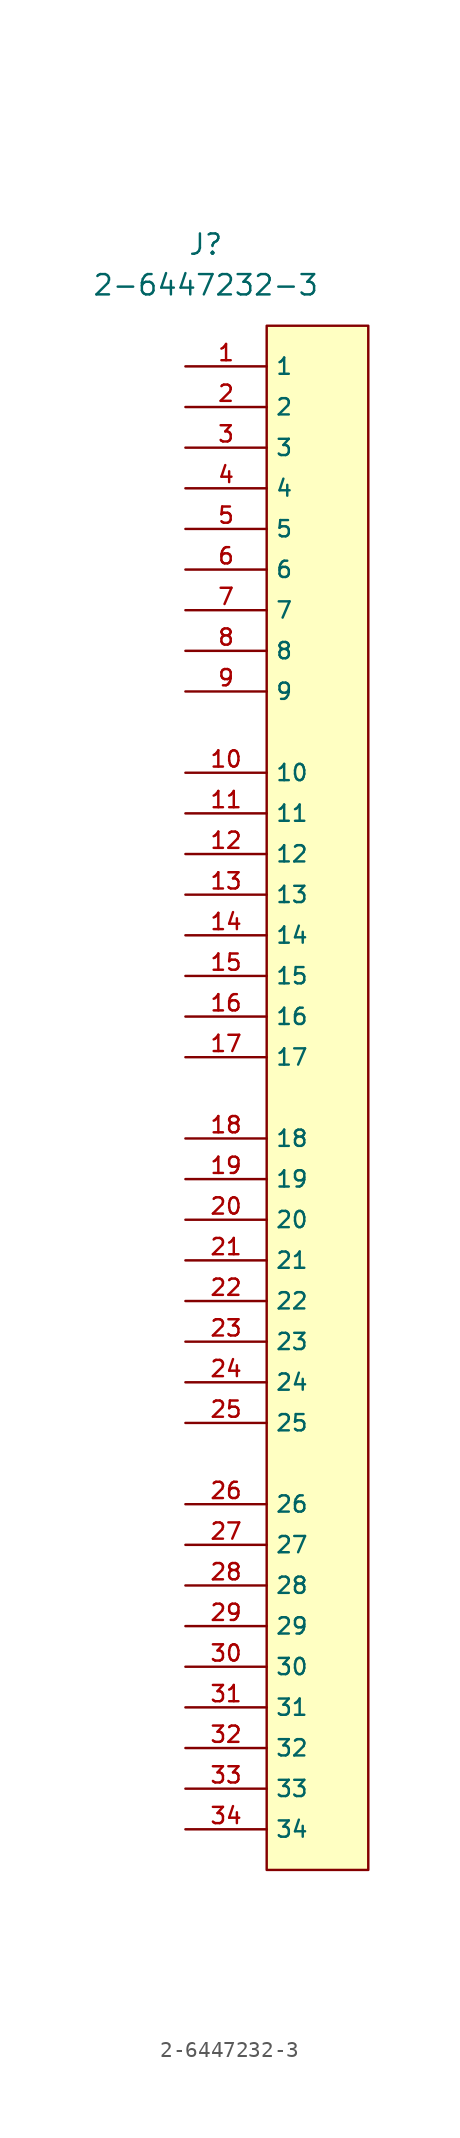
<source format=kicad_sym>
(kicad_symbol_lib
  (version 20211014)
  (generator kicad_symbol_editor)
  (symbol "2-6447232-3"
    (property "Reference" "J"
      (at 1.27 7.62 0)
      (effects (font (size 1.27 1.27))))
    (property "Value" "2-6447232-3"
      (at 1.27 5.08 0)
      (effects (font (size 1.27 1.27))))
    (symbol "2-6447232-3_1_0"
      (pin passive line (at 0 0 0) (length 5.08) (name "1" (effects (font (size 1.016 1.016)))) (number "1" (effects (font (size 1.016 1.016)))))
      (pin passive line (at 0 -25.4 0) (length 5.08) (name "10" (effects (font (size 1.016 1.016)))) (number "10" (effects (font (size 1.016 1.016)))))
      (pin passive line (at 0 -27.94 0) (length 5.08) (name "11" (effects (font (size 1.016 1.016)))) (number "11" (effects (font (size 1.016 1.016)))))
      (pin passive line (at 0 -30.48 0) (length 5.08) (name "12" (effects (font (size 1.016 1.016)))) (number "12" (effects (font (size 1.016 1.016)))))
      (pin passive line (at 0 -33.02 0) (length 5.08) (name "13" (effects (font (size 1.016 1.016)))) (number "13" (effects (font (size 1.016 1.016)))))
      (pin passive line (at 0 -35.56 0) (length 5.08) (name "14" (effects (font (size 1.016 1.016)))) (number "14" (effects (font (size 1.016 1.016)))))
      (pin passive line (at 0 -38.1 0) (length 5.08) (name "15" (effects (font (size 1.016 1.016)))) (number "15" (effects (font (size 1.016 1.016)))))
      (pin passive line (at 0 -40.64 0) (length 5.08) (name "16" (effects (font (size 1.016 1.016)))) (number "16" (effects (font (size 1.016 1.016)))))
      (pin passive line (at 0 -43.18 0) (length 5.08) (name "17" (effects (font (size 1.016 1.016)))) (number "17" (effects (font (size 1.016 1.016)))))
      (pin passive line (at 0 -48.26 0) (length 5.08) (name "18" (effects (font (size 1.016 1.016)))) (number "18" (effects (font (size 1.016 1.016)))))
      (pin passive line (at 0 -50.8 0) (length 5.08) (name "19" (effects (font (size 1.016 1.016)))) (number "19" (effects (font (size 1.016 1.016)))))
      (pin passive line (at 0 -2.54 0) (length 5.08) (name "2" (effects (font (size 1.016 1.016)))) (number "2" (effects (font (size 1.016 1.016)))))
      (pin passive line (at 0 -53.34 0) (length 5.08) (name "20" (effects (font (size 1.016 1.016)))) (number "20" (effects (font (size 1.016 1.016)))))
      (pin passive line (at 0 -55.88 0) (length 5.08) (name "21" (effects (font (size 1.016 1.016)))) (number "21" (effects (font (size 1.016 1.016)))))
      (pin passive line (at 0 -58.42 0) (length 5.08) (name "22" (effects (font (size 1.016 1.016)))) (number "22" (effects (font (size 1.016 1.016)))))
      (pin passive line (at 0 -60.96 0) (length 5.08) (name "23" (effects (font (size 1.016 1.016)))) (number "23" (effects (font (size 1.016 1.016)))))
      (pin passive line (at 0 -63.5 0) (length 5.08) (name "24" (effects (font (size 1.016 1.016)))) (number "24" (effects (font (size 1.016 1.016)))))
      (pin passive line (at 0 -66.04 0) (length 5.08) (name "25" (effects (font (size 1.016 1.016)))) (number "25" (effects (font (size 1.016 1.016)))))
      (pin passive line (at 0 -71.12 0) (length 5.08) (name "26" (effects (font (size 1.016 1.016)))) (number "26" (effects (font (size 1.016 1.016)))))
      (pin passive line (at 0 -73.66 0) (length 5.08) (name "27" (effects (font (size 1.016 1.016)))) (number "27" (effects (font (size 1.016 1.016)))))
      (pin passive line (at 0 -76.2 0) (length 5.08) (name "28" (effects (font (size 1.016 1.016)))) (number "28" (effects (font (size 1.016 1.016)))))
      (pin passive line (at 0 -78.74 0) (length 5.08) (name "29" (effects (font (size 1.016 1.016)))) (number "29" (effects (font (size 1.016 1.016)))))
      (pin passive line (at 0 -5.08 0) (length 5.08) (name "3" (effects (font (size 1.016 1.016)))) (number "3" (effects (font (size 1.016 1.016)))))
      (pin passive line (at 0 -81.28 0) (length 5.08) (name "30" (effects (font (size 1.016 1.016)))) (number "30" (effects (font (size 1.016 1.016)))))
      (pin passive line (at 0 -83.82 0) (length 5.08) (name "31" (effects (font (size 1.016 1.016)))) (number "31" (effects (font (size 1.016 1.016)))))
      (pin passive line (at 0 -86.36 0) (length 5.08) (name "32" (effects (font (size 1.016 1.016)))) (number "32" (effects (font (size 1.016 1.016)))))
      (pin passive line (at 0 -88.9 0) (length 5.08) (name "33" (effects (font (size 1.016 1.016)))) (number "33" (effects (font (size 1.016 1.016)))))
      (pin passive line (at 0 -91.44 0) (length 5.08) (name "34" (effects (font (size 1.016 1.016)))) (number "34" (effects (font (size 1.016 1.016)))))
      (pin passive line (at 0 -7.62 0) (length 5.08) (name "4" (effects (font (size 1.016 1.016)))) (number "4" (effects (font (size 1.016 1.016)))))
      (pin passive line (at 0 -10.16 0) (length 5.08) (name "5" (effects (font (size 1.016 1.016)))) (number "5" (effects (font (size 1.016 1.016)))))
      (pin passive line (at 0 -12.7 0) (length 5.08) (name "6" (effects (font (size 1.016 1.016)))) (number "6" (effects (font (size 1.016 1.016)))))
      (pin passive line (at 0 -15.24 0) (length 5.08) (name "7" (effects (font (size 1.016 1.016)))) (number "7" (effects (font (size 1.016 1.016)))))
      (pin passive line (at 0 -17.78 0) (length 5.08) (name "8" (effects (font (size 1.016 1.016)))) (number "8" (effects (font (size 1.016 1.016)))))
      (pin passive line (at 0 -20.32 0) (length 5.08) (name "9" (effects (font (size 1.016 1.016)))) (number "9" (effects (font (size 1.016 1.016))))))
    (symbol "2-6447232-3_1_1"
      (rectangle (start 5.08 2.54) (end 11.43 -93.98) (stroke (width 0) (type default) (color 0 0 0 0)) (fill (type background))))))
</source>
